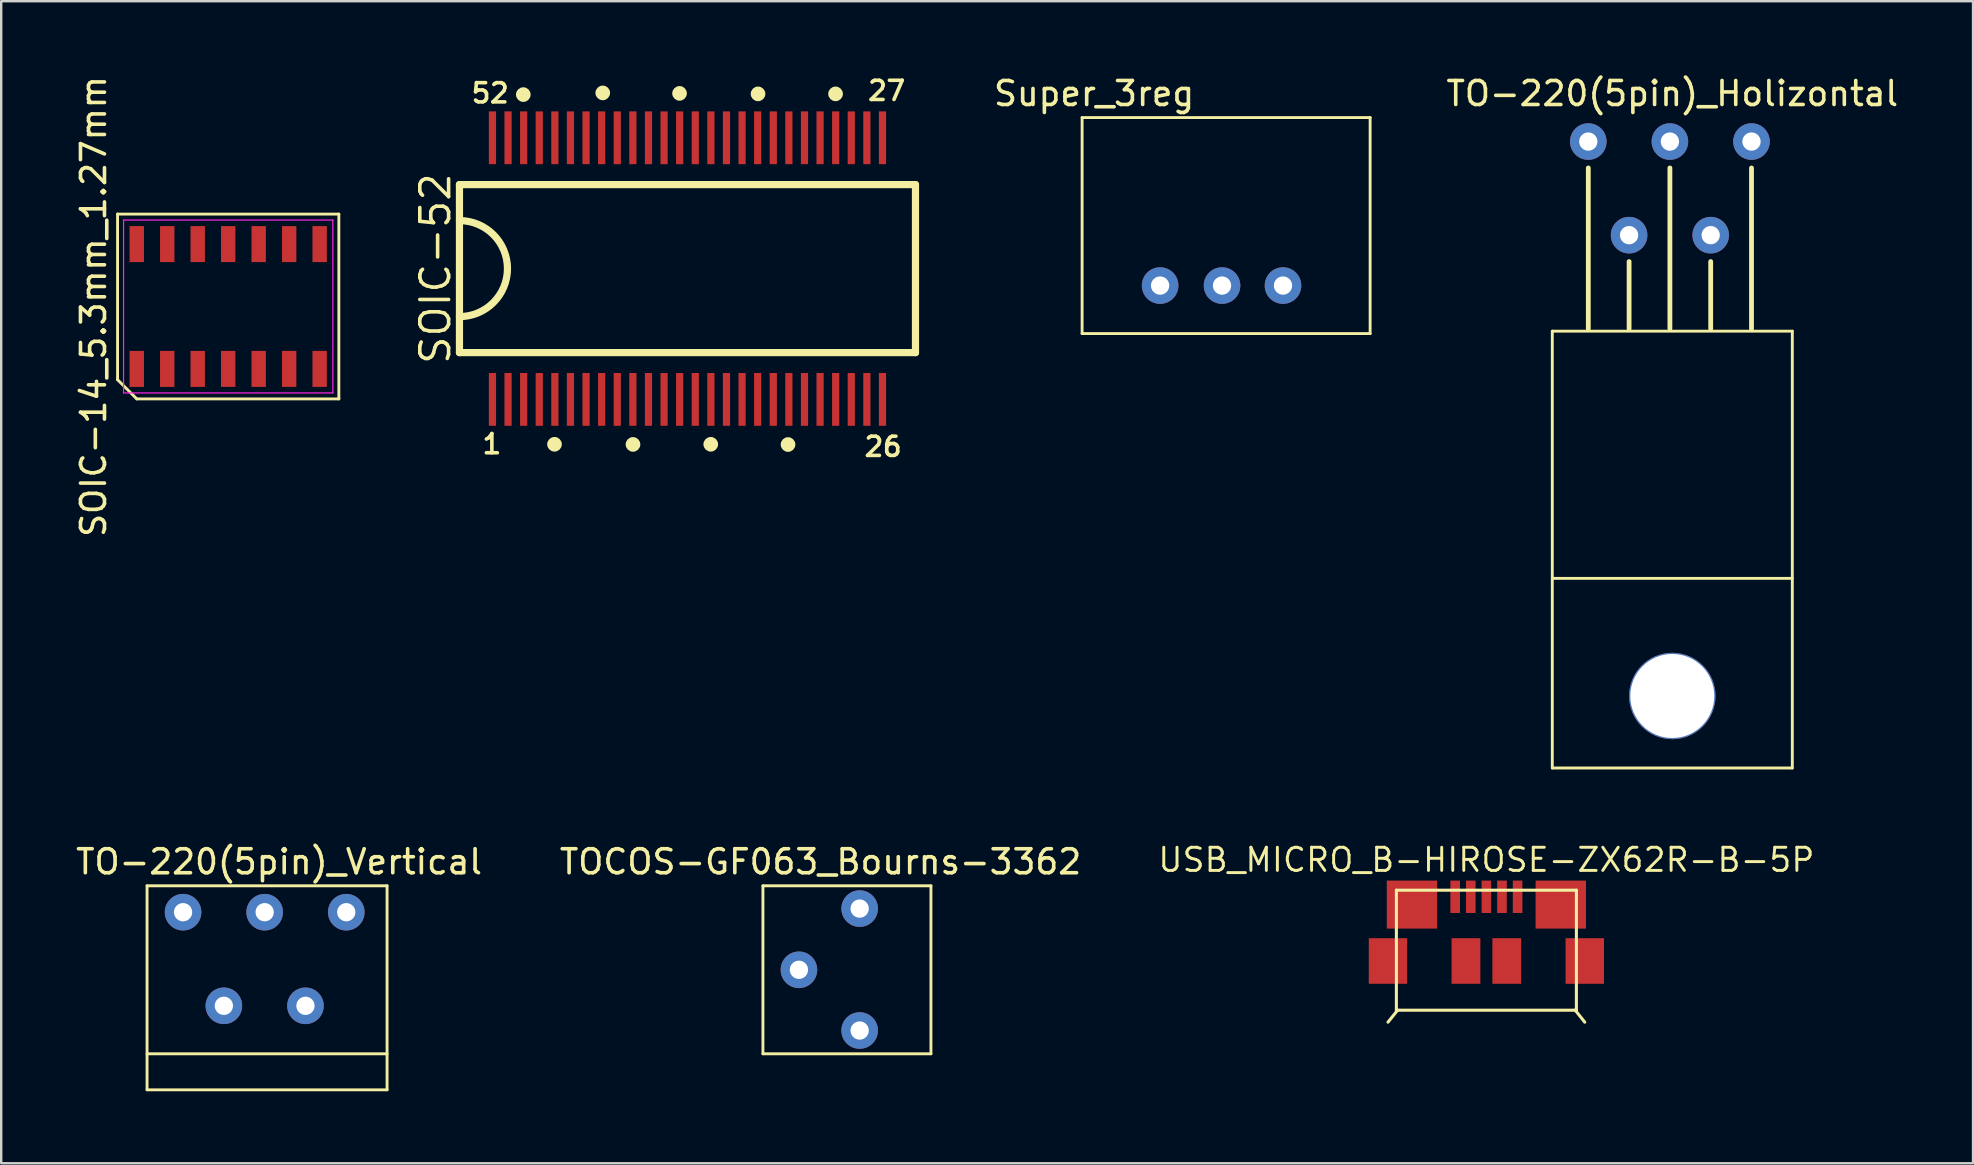
<source format=kicad_pcb>
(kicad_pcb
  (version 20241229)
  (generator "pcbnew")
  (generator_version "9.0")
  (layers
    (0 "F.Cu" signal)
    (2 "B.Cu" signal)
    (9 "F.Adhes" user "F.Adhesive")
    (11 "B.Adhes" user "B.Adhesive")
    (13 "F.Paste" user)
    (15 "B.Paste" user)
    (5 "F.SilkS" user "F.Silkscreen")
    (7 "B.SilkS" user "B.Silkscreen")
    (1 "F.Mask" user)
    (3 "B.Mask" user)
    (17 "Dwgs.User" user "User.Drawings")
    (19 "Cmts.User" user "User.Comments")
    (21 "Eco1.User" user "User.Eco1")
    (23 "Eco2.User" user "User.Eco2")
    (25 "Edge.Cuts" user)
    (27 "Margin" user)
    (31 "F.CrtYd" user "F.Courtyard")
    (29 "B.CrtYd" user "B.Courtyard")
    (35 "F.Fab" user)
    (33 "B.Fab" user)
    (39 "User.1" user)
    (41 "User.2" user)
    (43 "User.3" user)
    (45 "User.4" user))
  (footprint "Super_3reg"
    (layer "F.Cu")
    (at 42.035 10.848)
    (property "Reference" "Super_3reg" (at 0.5 -10 0) (layer "F.SilkS") (effects (font (size 1 1) (thickness 0.15))))
    (attr through_hole)
    (fp_line (start 0 -9) (end 0 0) (stroke (width 0.12) (type solid)) (layer "F.SilkS"))
    (fp_line (start 0 0) (end 12 0) (stroke (width 0.12) (type solid)) (layer "F.SilkS"))
    (fp_line (start 12 -9) (end 0 -9) (stroke (width 0.12) (type solid)) (layer "F.SilkS"))
    (fp_line (start 12 0) (end 12 -9) (stroke (width 0.12) (type solid)) (layer "F.SilkS"))
    (pad "1" thru_hole circle (at 3.25 -2) (size 1.524 1.524) (drill 0.762) (layers "*.Cu" "*.Mask"))
    (pad "2" thru_hole circle (at 5.83 -2) (size 1.524 1.524) (drill 0.762) (layers "*.Cu" "*.Mask"))
    (pad "3" thru_hole circle (at 8.37 -2) (size 1.524 1.524) (drill 0.762) (layers "*.Cu" "*.Mask")))
  (footprint "TO-220(5pin)_Vertical"
    (layer "F.Cu")
    (at 4.577 34.956)
    (property "Reference" "TO-220(5pin)_Vertical" (at 4 -2.1 0) (layer "F.SilkS") (effects (font (size 1 1) (thickness 0.15))))
    (attr through_hole)
    (fp_line (start -1.5 -1.1) (end 8.5 -1.1) (stroke (width 0.12) (type solid)) (layer "F.SilkS"))
    (fp_line (start -1.5 5.9) (end 8.5 5.9) (stroke (width 0.12) (type solid)) (layer "F.SilkS"))
    (fp_line (start -1.5 7.4) (end -1.5 -1.1) (stroke (width 0.12) (type solid)) (layer "F.SilkS"))
    (fp_line (start 8.5 -1.1) (end 8.5 7.4) (stroke (width 0.12) (type solid)) (layer "F.SilkS"))
    (fp_line (start 8.5 7.4) (end -1.5 7.4) (stroke (width 0.12) (type solid)) (layer "F.SilkS"))
    (pad "1" thru_hole circle (at 0 0) (size 1.524 1.524) (drill 0.762) (layers "*.Cu" "*.Mask"))
    (pad "2" thru_hole circle (at 1.7 3.9) (size 1.524 1.524) (drill 0.762) (layers "*.Cu" "*.Mask"))
    (pad "3" thru_hole circle (at 3.4 0) (size 1.524 1.524) (drill 0.762) (layers "*.Cu" "*.Mask"))
    (pad "4" thru_hole circle (at 5.1 3.9) (size 1.524 1.524) (drill 0.762) (layers "*.Cu" "*.Mask"))
    (pad "5" thru_hole circle (at 6.8 0) (size 1.524 1.524) (drill 0.762) (layers "*.Cu" "*.Mask")))
  (footprint "TOCOS-GF063_Bourns-3362"
    (layer "F.Cu")
    (at 30.227 37.346)
    (property "Reference" "TOCOS-GF063_Bourns-3362" (at 0.91 -4.49 0) (layer "F.SilkS") (effects (font (size 1 1) (thickness 0.15))))
    (attr through_hole)
    (fp_line (start -1.49 -3.49) (end -1.49 3.51) (stroke (width 0.12) (type solid)) (layer "F.SilkS"))
    (fp_line (start -1.49 3.51) (end 5.51 3.51) (stroke (width 0.12) (type solid)) (layer "F.SilkS"))
    (fp_line (start 5.51 -3.49) (end -1.49 -3.49) (stroke (width 0.12) (type solid)) (layer "F.SilkS"))
    (fp_line (start 5.51 3.51) (end 5.51 -3.49) (stroke (width 0.12) (type solid)) (layer "F.SilkS"))
    (pad "1" thru_hole circle (at 2.54 -2.54) (size 1.524 1.524) (drill 0.762) (layers "*.Cu" "*.Mask"))
    (pad "2" thru_hole circle (at 0.01 0.01) (size 1.524 1.524) (drill 0.762) (layers "*.Cu" "*.Mask"))
    (pad "3" thru_hole circle (at 2.54 2.54) (size 1.524 1.524) (drill 0.762) (layers "*.Cu" "*.Mask")))
  (footprint "SOIC-14_5.3mm_1.27mm"
    (layer "F.Cu")
    (at 6.458 9.72)
    (property "Reference" "SOIC-14_5.3mm_1.27mm" (at -5.61 0 90) (layer "F.SilkS") (effects (font (size 1 1) (thickness 0.15))))
    (attr smd)
    (fp_line (start -4.61 -3.85) (end 4.61 -3.85) (stroke (width 0.12) (type solid)) (layer "F.SilkS"))
    (fp_line (start -4.61 3.05) (end -4.61 -3.85) (stroke (width 0.12) (type solid)) (layer "F.SilkS"))
    (fp_line (start -3.81 3.85) (end -4.61 3.05) (stroke (width 0.12) (type solid)) (layer "F.SilkS"))
    (fp_line (start 4.61 -3.85) (end 4.61 3.85) (stroke (width 0.12) (type solid)) (layer "F.SilkS"))
    (fp_line (start 4.61 3.85) (end -3.81 3.85) (stroke (width 0.12) (type solid)) (layer "F.SilkS"))
    (fp_line (start -4.36 -3.6) (end 4.36 -3.6) (stroke (width 0.05) (type solid)) (layer "F.CrtYd"))
    (fp_line (start -4.36 3.6) (end -4.36 -3.6) (stroke (width 0.05) (type solid)) (layer "F.CrtYd"))
    (fp_line (start 4.36 -3.6) (end 4.36 3.6) (stroke (width 0.05) (type solid)) (layer "F.CrtYd"))
    (fp_line (start 4.36 3.6) (end -4.36 3.6) (stroke (width 0.05) (type solid)) (layer "F.CrtYd"))
    (pad "1" smd rect (at -3.81 2.6) (size 0.6 1.5) (layers "F.Cu" "F.Mask" "F.Paste"))
    (pad "2" smd rect (at -2.54 2.6) (size 0.6 1.5) (layers "F.Cu" "F.Mask" "F.Paste"))
    (pad "3" smd rect (at -1.27 2.6) (size 0.6 1.5) (layers "F.Cu" "F.Mask" "F.Paste"))
    (pad "4" smd rect (at 0 2.6) (size 0.6 1.5) (layers "F.Cu" "F.Mask" "F.Paste"))
    (pad "5" smd rect (at 1.27 2.6) (size 0.6 1.5) (layers "F.Cu" "F.Mask" "F.Paste"))
    (pad "6" smd rect (at 2.54 2.6) (size 0.6 1.5) (layers "F.Cu" "F.Mask" "F.Paste"))
    (pad "7" smd rect (at 3.81 2.6) (size 0.6 1.5) (layers "F.Cu" "F.Mask" "F.Paste"))
    (pad "8" smd rect (at 3.81 -2.6) (size 0.6 1.5) (layers "F.Cu" "F.Mask" "F.Paste"))
    (pad "9" smd rect (at 2.54 -2.6) (size 0.6 1.5) (layers "F.Cu" "F.Mask" "F.Paste"))
    (pad "10" smd rect (at 1.27 -2.6) (size 0.6 1.5) (layers "F.Cu" "F.Mask" "F.Paste"))
    (pad "11" smd rect (at 0 -2.6) (size 0.6 1.5) (layers "F.Cu" "F.Mask" "F.Paste"))
    (pad "12" smd rect (at -1.27 -2.6) (size 0.6 1.5) (layers "F.Cu" "F.Mask" "F.Paste"))
    (pad "13" smd rect (at -2.54 -2.6) (size 0.6 1.5) (layers "F.Cu" "F.Mask" "F.Paste"))
    (pad "14" smd rect (at -3.81 -2.6) (size 0.6 1.5) (layers "F.Cu" "F.Mask" "F.Paste")))
  (footprint "USB_MICRO_B-HIROSE-ZX62R-B-5P"
    (layer "F.Cu")
    (at 58.879 38.439)
    (property "Reference" "USB_MICRO_B-HIROSE-ZX62R-B-5P" (at 0 -5.1 0) (layer "F.SilkS") (effects (font (size 0.965 0.965) (thickness 0.122)) (justify bottom)))
    (attr through_hole)
    (fp_line (start -3.75 -4.4) (end 3.75 -4.4) (stroke (width 0.127) (type solid)) (layer "F.SilkS"))
    (fp_line (start -3.75 0.6) (end -3.75 -4.4) (stroke (width 0.127) (type solid)) (layer "F.SilkS"))
    (fp_line (start -3.75 0.6) (end -3.7 0.6) (stroke (width 0.127) (type solid)) (layer "F.SilkS"))
    (fp_line (start -3.7 0.6) (end -4.1 1.1) (stroke (width 0.127) (type solid)) (layer "F.SilkS"))
    (fp_line (start -3.7 0.6) (end 3.7 0.6) (stroke (width 0.127) (type solid)) (layer "F.SilkS"))
    (fp_line (start 3.7 0.6) (end 3.75 0.6) (stroke (width 0.127) (type solid)) (layer "F.SilkS"))
    (fp_line (start 3.7 0.6) (end 4.1 1.1) (stroke (width 0.127) (type solid)) (layer "F.SilkS"))
    (fp_line (start 3.75 -4.4) (end 3.75 0.6) (stroke (width 0.127) (type solid)) (layer "F.SilkS"))
    (pad "1" smd rect (at 1.3 -4.125) (size 0.4 1.35) (layers "F.Cu" "F.Mask" "F.Paste"))
    (pad "2" smd rect (at 0.65 -4.125) (size 0.4 1.35) (layers "F.Cu" "F.Mask" "F.Paste"))
    (pad "3" smd rect (at 0 -4.125) (size 0.4 1.35) (layers "F.Cu" "F.Mask" "F.Paste"))
    (pad "4" smd rect (at -0.65 -4.125) (size 0.4 1.35) (layers "F.Cu" "F.Mask" "F.Paste"))
    (pad "5" smd rect (at -1.3 -4.125) (size 0.4 1.35) (layers "F.Cu" "F.Mask" "F.Paste"))
    (pad "6" smd rect (at -4.1 -1.45) (size 1.6 1.9) (layers "F.Cu" "F.Mask" "F.Paste"))
    (pad "6" smd rect (at -3.1 -3.8) (size 2.1 2) (layers "F.Cu" "F.Mask" "F.Paste"))
    (pad "6" smd rect (at -0.85 -1.45) (size 1.2 1.9) (layers "F.Cu" "F.Mask" "F.Paste"))
    (pad "6" smd rect (at 0.85 -1.45) (size 1.2 1.9) (layers "F.Cu" "F.Mask" "F.Paste"))
    (pad "6" smd rect (at 3.1 -3.8) (size 2.1 2) (layers "F.Cu" "F.Mask" "F.Paste"))
    (pad "6" smd rect (at 4.1 -1.45) (size 1.6 1.9) (layers "F.Cu" "F.Mask" "F.Paste")))
  (footprint "SOIC-52"
    (layer "F.Cu")
    (at 25.593 8.141)
    (property "Reference" "SOIC-52" (at -10.5 0 90) (layer "F.SilkS") (effects (font (size 1.2 1.2) (thickness 0.15))))
    (attr through_hole)
    (fp_line (start -9.5 -3.5) (end -9.5 3.5) (stroke (width 0.3) (type solid)) (layer "F.SilkS"))
    (fp_line (start -9.5 3.5) (end 9.5 3.5) (stroke (width 0.3) (type solid)) (layer "F.SilkS"))
    (fp_line (start 9.5 -3.5) (end -9.5 -3.5) (stroke (width 0.3) (type solid)) (layer "F.SilkS"))
    (fp_line (start 9.5 3.5) (end 9.5 -3.5) (stroke (width 0.3) (type solid)) (layer "F.SilkS"))
    (fp_arc (start -9.5 -2) (mid -7.5 0) (end -9.5 2) (stroke (width 0.3) (type solid)) (layer "F.SilkS"))
    (fp_circle (center -6.84 -7.25) (end -6.88 -7.4) (stroke (width 0.3) (type solid)) (fill no) (layer "F.SilkS"))
    (fp_circle (center -5.54 7.32) (end -5.58 7.17) (stroke (width 0.3) (type solid)) (fill no) (layer "F.SilkS"))
    (fp_circle (center -3.53 -7.32) (end -3.57 -7.47) (stroke (width 0.3) (type solid)) (fill no) (layer "F.SilkS"))
    (fp_circle (center -2.27 7.325) (end -2.31 7.175) (stroke (width 0.3) (type solid)) (fill no) (layer "F.SilkS"))
    (fp_circle (center -0.33 -7.3) (end -0.37 -7.45) (stroke (width 0.3) (type solid)) (fill no) (layer "F.SilkS"))
    (fp_circle (center 0.97 7.32) (end 0.93 7.17) (stroke (width 0.3) (type solid)) (fill no) (layer "F.SilkS"))
    (fp_circle (center 2.94 -7.28) (end 2.9 -7.43) (stroke (width 0.3) (type solid)) (fill no) (layer "F.SilkS"))
    (fp_circle (center 4.19 7.33) (end 4.15 7.18) (stroke (width 0.3) (type solid)) (fill no) (layer "F.SilkS"))
    (fp_circle (center 6.17 -7.28) (end 6.13 -7.43) (stroke (width 0.3) (type solid)) (fill no) (layer "F.SilkS"))
    (fp_text user "27" (at 8.3 -7.41 0) (layer "F.SilkS") (effects (font (size 0.8 0.8) (thickness 0.15))))
    (fp_text user "52" (at -8.22 -7.31 0) (layer "F.SilkS") (effects (font (size 0.8 0.8) (thickness 0.15))))
    (fp_text user "1" (at -8.15 7.31 0) (layer "F.SilkS") (effects (font (size 0.8 0.8) (thickness 0.15))))
    (fp_text user "26" (at 8.15 7.42 0) (layer "F.SilkS") (effects (font (size 0.8 0.8) (thickness 0.15))))
    (pad "1" smd rect (at -8.125 5.45) (size 0.3 2.2) (layers "F.Cu" "F.Mask" "F.Paste"))
    (pad "2" smd rect (at -7.475 5.45) (size 0.3 2.2) (layers "F.Cu" "F.Mask" "F.Paste"))
    (pad "3" smd rect (at -6.825 5.45) (size 0.3 2.2) (layers "F.Cu" "F.Mask" "F.Paste"))
    (pad "4" smd rect (at -6.175 5.45) (size 0.3 2.2) (layers "F.Cu" "F.Mask" "F.Paste"))
    (pad "5" smd rect (at -5.525 5.45) (size 0.3 2.2) (layers "F.Cu" "F.Mask" "F.Paste"))
    (pad "6" smd rect (at -4.875 5.45) (size 0.3 2.2) (layers "F.Cu" "F.Mask" "F.Paste"))
    (pad "7" smd rect (at -4.225 5.45) (size 0.3 2.2) (layers "F.Cu" "F.Mask" "F.Paste"))
    (pad "8" smd rect (at -3.575 5.45) (size 0.3 2.2) (layers "F.Cu" "F.Mask" "F.Paste"))
    (pad "9" smd rect (at -2.925 5.45) (size 0.3 2.2) (layers "F.Cu" "F.Mask" "F.Paste"))
    (pad "10" smd rect (at -2.275 5.45) (size 0.3 2.2) (layers "F.Cu" "F.Mask" "F.Paste"))
    (pad "11" smd rect (at -1.625 5.45) (size 0.3 2.2) (layers "F.Cu" "F.Mask" "F.Paste"))
    (pad "12" smd rect (at -0.975 5.45) (size 0.3 2.2) (layers "F.Cu" "F.Mask" "F.Paste"))
    (pad "13" smd rect (at -0.325 5.45) (size 0.3 2.2) (layers "F.Cu" "F.Mask" "F.Paste"))
    (pad "14" smd rect (at 0.325 5.45) (size 0.3 2.2) (layers "F.Cu" "F.Mask" "F.Paste"))
    (pad "15" smd rect (at 0.975 5.45) (size 0.3 2.2) (layers "F.Cu" "F.Mask" "F.Paste"))
    (pad "16" smd rect (at 1.625 5.45) (size 0.3 2.2) (layers "F.Cu" "F.Mask" "F.Paste"))
    (pad "17" smd rect (at 2.275 5.45) (size 0.3 2.2) (layers "F.Cu" "F.Mask" "F.Paste"))
    (pad "18" smd rect (at 2.925 5.45) (size 0.3 2.2) (layers "F.Cu" "F.Mask" "F.Paste"))
    (pad "19" smd rect (at 3.575 5.45) (size 0.3 2.2) (layers "F.Cu" "F.Mask" "F.Paste"))
    (pad "20" smd rect (at 4.225 5.45) (size 0.3 2.2) (layers "F.Cu" "F.Mask" "F.Paste"))
    (pad "21" smd rect (at 4.875 5.45) (size 0.3 2.2) (layers "F.Cu" "F.Mask" "F.Paste"))
    (pad "22" smd rect (at 5.525 5.45) (size 0.3 2.2) (layers "F.Cu" "F.Mask" "F.Paste"))
    (pad "23" smd rect (at 6.175 5.45) (size 0.3 2.2) (layers "F.Cu" "F.Mask" "F.Paste"))
    (pad "24" smd rect (at 6.825 5.45) (size 0.3 2.2) (layers "F.Cu" "F.Mask" "F.Paste"))
    (pad "25" smd rect (at 7.475 5.45) (size 0.3 2.2) (layers "F.Cu" "F.Mask" "F.Paste"))
    (pad "26" smd rect (at 8.125 5.45) (size 0.3 2.2) (layers "F.Cu" "F.Mask" "F.Paste"))
    (pad "27" smd rect (at 8.125 -5.45) (size 0.3 2.2) (layers "F.Cu" "F.Mask" "F.Paste"))
    (pad "28" smd rect (at 7.475 -5.45) (size 0.3 2.2) (layers "F.Cu" "F.Mask" "F.Paste"))
    (pad "29" smd rect (at 6.825 -5.45) (size 0.3 2.2) (layers "F.Cu" "F.Mask" "F.Paste"))
    (pad "30" smd rect (at 6.175 -5.45) (size 0.3 2.2) (layers "F.Cu" "F.Mask" "F.Paste"))
    (pad "31" smd rect (at 5.525 -5.45) (size 0.3 2.2) (layers "F.Cu" "F.Mask" "F.Paste"))
    (pad "32" smd rect (at 4.875 -5.45) (size 0.3 2.2) (layers "F.Cu" "F.Mask" "F.Paste"))
    (pad "33" smd rect (at 4.225 -5.45) (size 0.3 2.2) (layers "F.Cu" "F.Mask" "F.Paste"))
    (pad "34" smd rect (at 3.575 -5.45) (size 0.3 2.2) (layers "F.Cu" "F.Mask" "F.Paste"))
    (pad "35" smd rect (at 2.925 -5.45) (size 0.3 2.2) (layers "F.Cu" "F.Mask" "F.Paste"))
    (pad "36" smd rect (at 2.275 -5.45) (size 0.3 2.2) (layers "F.Cu" "F.Mask" "F.Paste"))
    (pad "37" smd rect (at 1.625 -5.45) (size 0.3 2.2) (layers "F.Cu" "F.Mask" "F.Paste"))
    (pad "38" smd rect (at 0.975 -5.45) (size 0.3 2.2) (layers "F.Cu" "F.Mask" "F.Paste"))
    (pad "39" smd rect (at 0.325 -5.45) (size 0.3 2.2) (layers "F.Cu" "F.Mask" "F.Paste"))
    (pad "40" smd rect (at -0.325 -5.45) (size 0.3 2.2) (layers "F.Cu" "F.Mask" "F.Paste"))
    (pad "41" smd rect (at -0.975 -5.45) (size 0.3 2.2) (layers "F.Cu" "F.Mask" "F.Paste"))
    (pad "42" smd rect (at -1.625 -5.45) (size 0.3 2.2) (layers "F.Cu" "F.Mask" "F.Paste"))
    (pad "43" smd rect (at -2.275 -5.45) (size 0.3 2.2) (layers "F.Cu" "F.Mask" "F.Paste"))
    (pad "44" smd rect (at -2.925 -5.45) (size 0.3 2.2) (layers "F.Cu" "F.Mask" "F.Paste"))
    (pad "45" smd rect (at -3.575 -5.45) (size 0.3 2.2) (layers "F.Cu" "F.Mask" "F.Paste"))
    (pad "46" smd rect (at -4.225 -5.45) (size 0.3 2.2) (layers "F.Cu" "F.Mask" "F.Paste"))
    (pad "47" smd rect (at -4.875 -5.45) (size 0.3 2.2) (layers "F.Cu" "F.Mask" "F.Paste"))
    (pad "48" smd rect (at -5.525 -5.45) (size 0.3 2.2) (layers "F.Cu" "F.Mask" "F.Paste"))
    (pad "49" smd rect (at -6.175 -5.45) (size 0.3 2.2) (layers "F.Cu" "F.Mask" "F.Paste"))
    (pad "50" smd rect (at -6.825 -5.45) (size 0.3 2.2) (layers "F.Cu" "F.Mask" "F.Paste"))
    (pad "51" smd rect (at -7.475 -5.45) (size 0.3 2.2) (layers "F.Cu" "F.Mask" "F.Paste"))
    (pad "52" smd rect (at -8.125 -5.45) (size 0.3 2.2) (layers "F.Cu" "F.Mask" "F.Paste")))
  (footprint "TO-220(5pin)_Holizontal"
    (layer "F.Cu")
    (at 64.825 6.748)
    (property "Reference" "TO-220(5pin)_Holizontal" (at 1.8 -5.9 0) (layer "F.SilkS") (effects (font (size 1 1) (thickness 0.15))))
    (attr through_hole)
    (fp_line (start -3.2 4) (end 6.8 4) (stroke (width 0.12) (type solid)) (layer "F.SilkS"))
    (fp_line (start -3.2 14.3) (end 6.8 14.3) (stroke (width 0.12) (type solid)) (layer "F.SilkS"))
    (fp_line (start -3.2 22.2) (end -3.2 4) (stroke (width 0.12) (type solid)) (layer "F.SilkS"))
    (fp_line (start -1.7 -2.8) (end -1.7 3.9) (stroke (width 0.2) (type solid)) (layer "F.SilkS"))
    (fp_line (start 0 1.1) (end 0 3.9) (stroke (width 0.2) (type solid)) (layer "F.SilkS"))
    (fp_line (start 1.7 -2.8) (end 1.7 3.9) (stroke (width 0.2) (type solid)) (layer "F.SilkS"))
    (fp_line (start 3.4 1.1) (end 3.4 3.9) (stroke (width 0.2) (type solid)) (layer "F.SilkS"))
    (fp_line (start 5.1 -2.8) (end 5.1 3.9) (stroke (width 0.2) (type solid)) (layer "F.SilkS"))
    (fp_line (start 6.8 4) (end 6.8 22.2) (stroke (width 0.12) (type solid)) (layer "F.SilkS"))
    (fp_line (start 6.8 22.2) (end -3.2 22.2) (stroke (width 0.12) (type solid)) (layer "F.SilkS"))
    (pad "" thru_hole circle (at 1.8 19.2) (size 3.6 3.6) (drill 3.5) (layers "*.Cu" "*.Mask"))
    (pad "1" thru_hole circle (at -1.7 -3.9) (size 1.524 1.524) (drill 0.762) (layers "*.Cu" "*.Mask"))
    (pad "2" thru_hole circle (at 0 0) (size 1.524 1.524) (drill 0.762) (layers "*.Cu" "*.Mask"))
    (pad "3" thru_hole circle (at 1.7 -3.9) (size 1.524 1.524) (drill 0.762) (layers "*.Cu" "*.Mask"))
    (pad "4" thru_hole circle (at 3.4 0) (size 1.524 1.524) (drill 0.762) (layers "*.Cu" "*.Mask"))
    (pad "5" thru_hole circle (at 5.1 -3.9) (size 1.524 1.524) (drill 0.762) (layers "*.Cu" "*.Mask")))
  (gr_rect
    (start -3 -3)
    (end 79.155 45.416)
    (stroke (width 0.1) (type default))
    (fill no)
    (layer "Edge.Cuts")))
</source>
